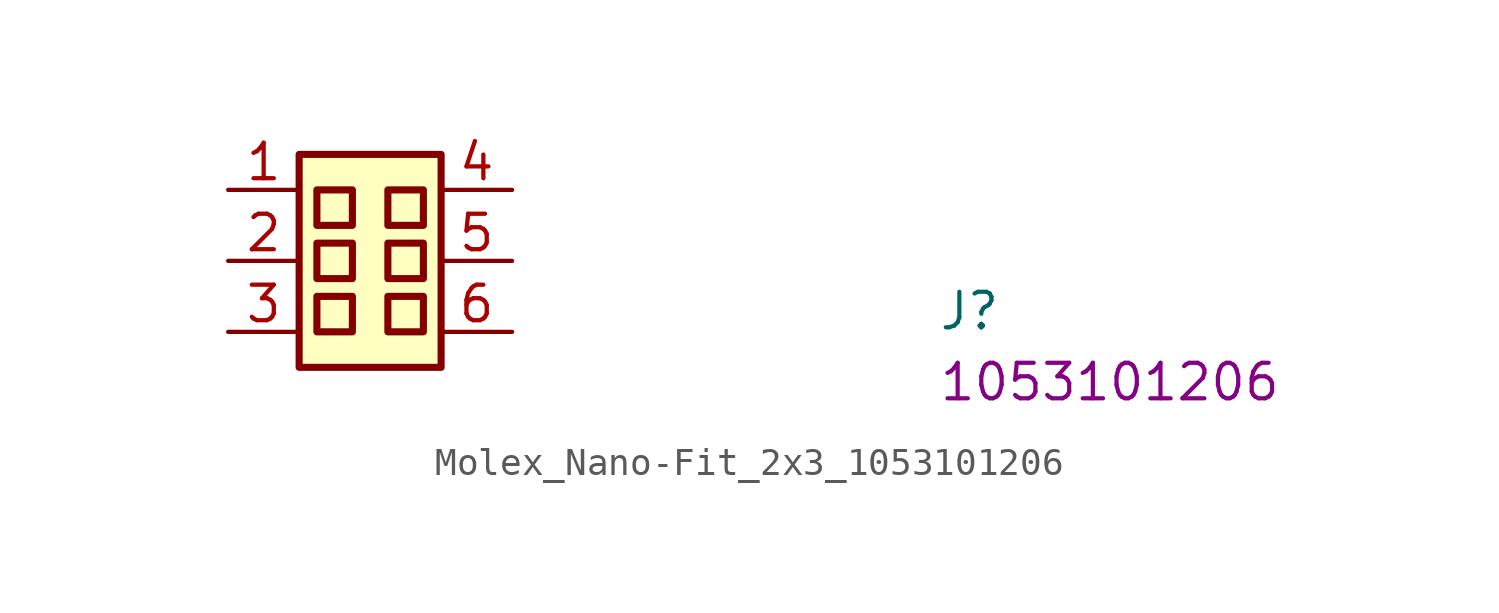
<source format=kicad_sym>
(kicad_symbol_lib
  (version 20220914)
  (generator kicad_symbol_editor)
  (symbol "Molex_Nano-Fit_2x3_1053101206"
    (property "Reference" "J"
      (at 25.4 -5.08 0)
      (effects (font (size 1.27 1.27) (thickness 0.15)) (justify left bottom)))
    (property "MPN" "1053101206"
      (at 25.4 -7.62 0)
      (effects (font (size 1.27 1.27) (thickness 0.15)) (justify left bottom)))
    (symbol "Molex_Nano-Fit_2x3_1053101206_1_1"
      (rectangle (start 2.54 1.27) (end 7.62 -6.35) (stroke (width 0.254) (type default)) (fill (type background)))
      (rectangle (start 3.175 -3.81) (end 4.445 -5.08) (stroke (width 0.254) (type default)) (fill (type background)))
      (rectangle (start 3.175 -1.905) (end 4.445 -3.175) (stroke (width 0.254) (type default)) (fill (type background)))
      (rectangle (start 3.175 0) (end 4.445 -1.27) (stroke (width 0.254) (type default)) (fill (type background)))
      (rectangle (start 5.715 -3.81) (end 6.985 -5.08) (stroke (width 0.254) (type default)) (fill (type background)))
      (rectangle (start 5.715 -1.905) (end 6.985 -3.175) (stroke (width 0.254) (type default)) (fill (type background)))
      (rectangle (start 5.715 0) (end 6.985 -1.27) (stroke (width 0.254) (type default)) (fill (type background)))
      (pin passive line (at 0 0 0) (length 2.54) (name "~" (effects (font (size 1.27 1.27)))) (number "1" (effects (font (size 1.27 1.27)))))
      (pin passive line (at 0 -2.54 0) (length 2.54) (name "~" (effects (font (size 1.27 1.27)))) (number "2" (effects (font (size 1.27 1.27)))))
      (pin passive line (at 0 -5.08 0) (length 2.54) (name "~" (effects (font (size 1.27 1.27)))) (number "3" (effects (font (size 1.27 1.27)))))
      (pin passive line (at 10.16 0 180) (length 2.54) (name "~" (effects (font (size 1.27 1.27)))) (number "4" (effects (font (size 1.27 1.27)))))
      (pin passive line (at 10.16 -2.54 180) (length 2.54) (name "~" (effects (font (size 1.27 1.27)))) (number "5" (effects (font (size 1.27 1.27)))))
      (pin passive line (at 10.16 -5.08 180) (length 2.54) (name "~" (effects (font (size 1.27 1.27)))) (number "6" (effects (font (size 1.27 1.27))))))))
</source>
